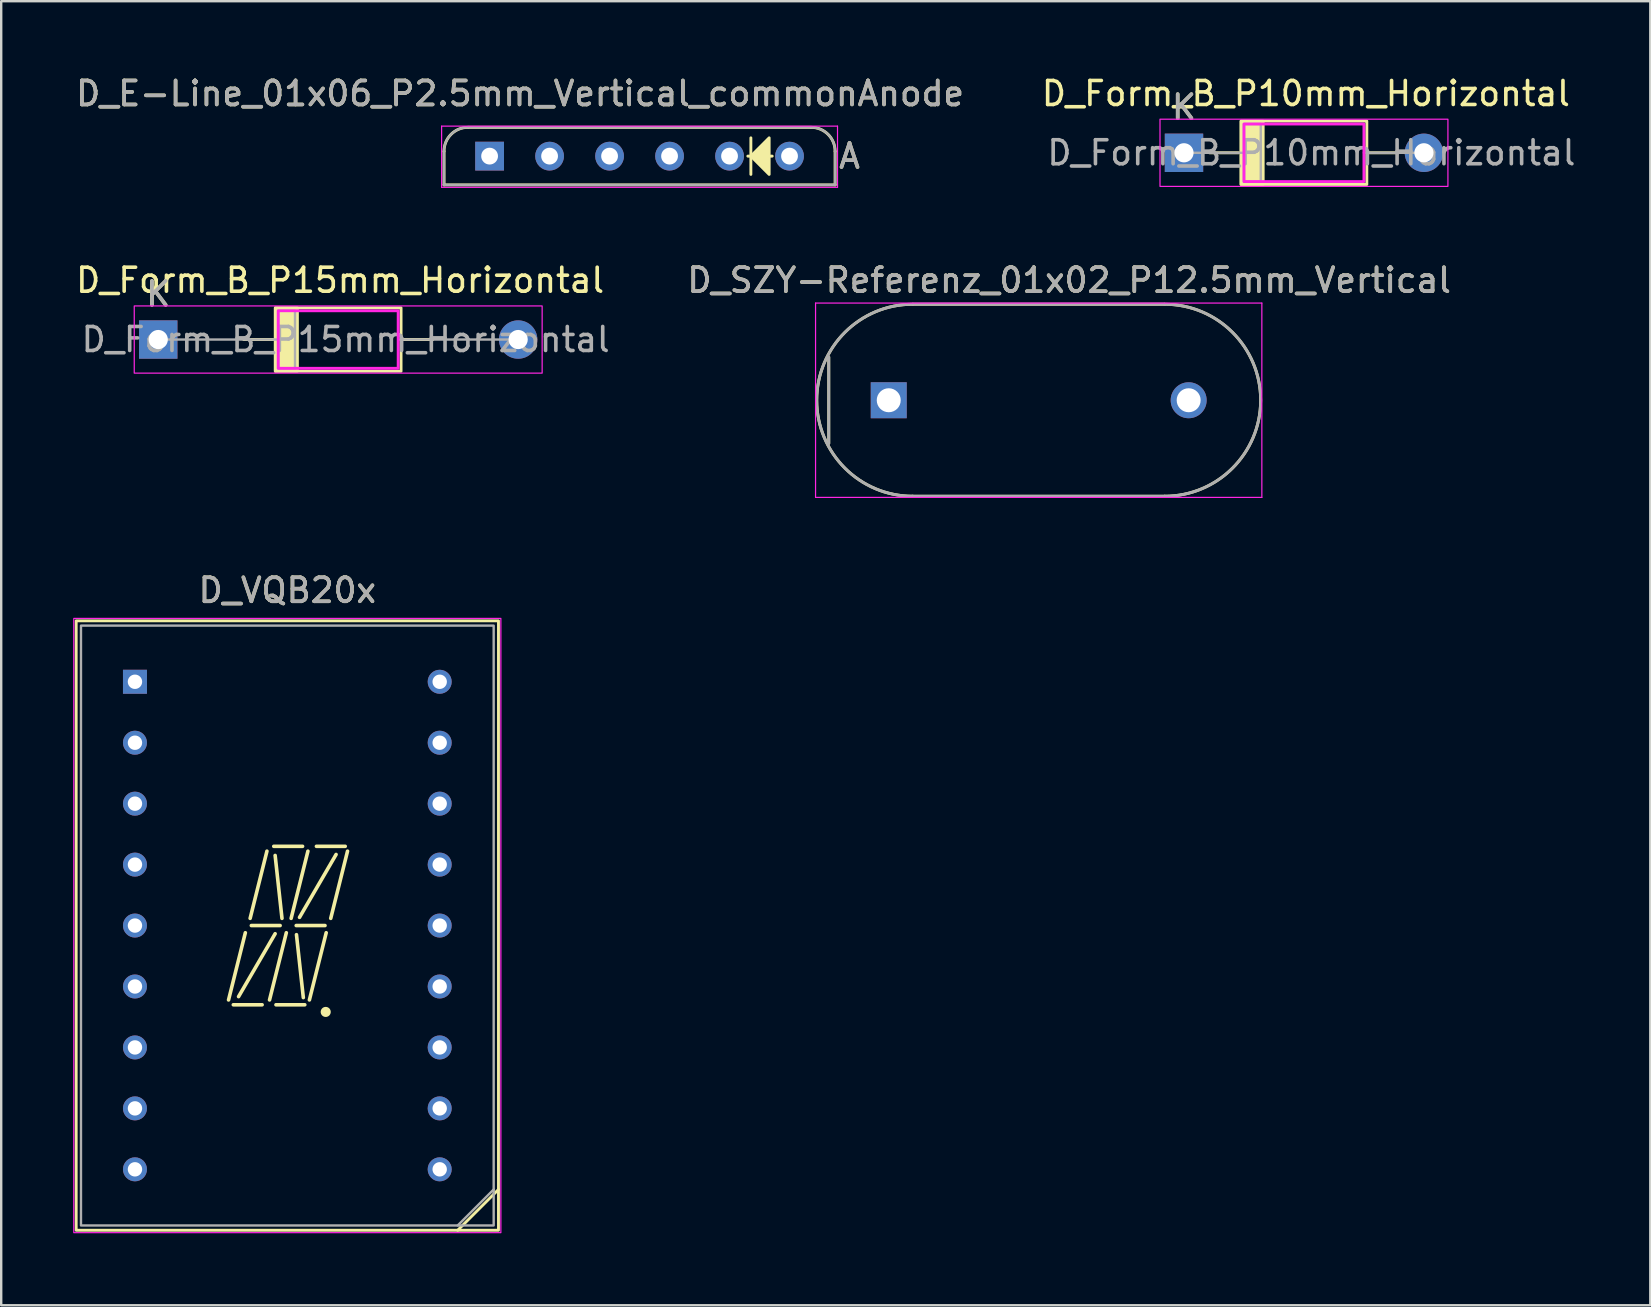
<source format=kicad_pcb>
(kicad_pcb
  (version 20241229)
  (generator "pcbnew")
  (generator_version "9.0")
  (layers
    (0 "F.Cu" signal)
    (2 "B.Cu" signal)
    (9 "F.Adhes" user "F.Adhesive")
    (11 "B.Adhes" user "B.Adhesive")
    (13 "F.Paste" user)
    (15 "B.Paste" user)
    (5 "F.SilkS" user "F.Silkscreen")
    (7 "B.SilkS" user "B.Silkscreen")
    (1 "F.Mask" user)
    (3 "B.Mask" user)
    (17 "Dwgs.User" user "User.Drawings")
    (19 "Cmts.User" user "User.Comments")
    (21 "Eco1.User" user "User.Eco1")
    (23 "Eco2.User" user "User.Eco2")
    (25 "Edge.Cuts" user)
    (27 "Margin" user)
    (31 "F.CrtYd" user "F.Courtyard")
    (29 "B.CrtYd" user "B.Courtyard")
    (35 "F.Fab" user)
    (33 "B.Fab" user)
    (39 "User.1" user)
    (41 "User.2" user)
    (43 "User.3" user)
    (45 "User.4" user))
  (footprint "D_VQB20x"
    (layer "F.Cu")
    (at 8.925 35.524)
    (property "Reference" "D_VQB20x" (at 0 -13.97 180) (layer "F.SilkS") (effects (font (size 1 1) (thickness 0.15))))
    (attr through_hole)
    (fp_line (start -2.45 3.1) (end -1.75 0.3) (stroke (width 0.15) (type solid)) (layer "F.SilkS"))
    (fp_line (start -2.251 3.302) (end -1.051 3.302) (stroke (width 0.15) (type solid)) (layer "F.SilkS"))
    (fp_line (start -2.032 2.962) (end -0.508 0.341) (stroke (width 0.15) (type solid)) (layer "F.SilkS"))
    (fp_line (start -1.55 -0.3) (end -0.85 -3.1) (stroke (width 0.15) (type solid)) (layer "F.SilkS"))
    (fp_line (start -1.5 0) (end -0.3 0) (stroke (width 0.15) (type solid)) (layer "F.SilkS"))
    (fp_line (start -0.742 3.1) (end -0.042 0.3) (stroke (width 0.15) (type solid)) (layer "F.SilkS"))
    (fp_line (start -0.565 -3.302) (end 0.635 -3.302) (stroke (width 0.15) (type solid)) (layer "F.SilkS"))
    (fp_line (start -0.473 3.302) (end 0.727 3.302) (stroke (width 0.15) (type solid)) (layer "F.SilkS"))
    (fp_line (start -0.223 -0.3) (end -0.508 -2.921) (stroke (width 0.15) (type solid)) (layer "F.SilkS"))
    (fp_line (start 0.158 -0.3) (end 0.858 -3.1) (stroke (width 0.15) (type solid)) (layer "F.SilkS"))
    (fp_line (start 0.37 0) (end 1.57 0) (stroke (width 0.15) (type solid)) (layer "F.SilkS"))
    (fp_line (start 0.508 -0.341) (end 2.032 -2.962) (stroke (width 0.15) (type solid)) (layer "F.SilkS"))
    (fp_line (start 0.666 3.002) (end 0.381 0.381) (stroke (width 0.15) (type solid)) (layer "F.SilkS"))
    (fp_line (start 0.92 3.1) (end 1.62 0.3) (stroke (width 0.15) (type solid)) (layer "F.SilkS"))
    (fp_line (start 1.213 -3.302) (end 2.413 -3.302) (stroke (width 0.15) (type solid)) (layer "F.SilkS"))
    (fp_line (start 1.809 -0.3) (end 2.509 -3.1) (stroke (width 0.15) (type solid)) (layer "F.SilkS"))
    (fp_line (start 7.1 12.7) (end 8.8 11) (stroke (width 0.12) (type solid)) (layer "F.SilkS"))
    (fp_rect (start -8.8 -12.7) (end 8.8 12.7) (stroke (width 0.12) (type solid)) (fill no) (layer "F.SilkS"))
    (fp_circle (center 1.6 3.6) (end 1.75 3.6) (stroke (width 0.12) (type solid)) (fill yes) (layer "F.SilkS"))
    (fp_rect (start -8.9 -12.8) (end 8.9 12.8) (stroke (width 0.05) (type solid)) (fill no) (layer "F.CrtYd"))
    (fp_line (start 7.1 12.5) (end 8.6 11) (stroke (width 0.1) (type solid)) (layer "F.Fab"))
    (fp_rect (start -8.6 -12.5) (end 8.6 12.5) (stroke (width 0.1) (type solid)) (fill no) (layer "F.Fab"))
    (fp_text user "${REFERENCE}" (at 0 -13.97 180) (layer "F.Fab") (effects (font (size 1 1) (thickness 0.15))))
    (pad "1" thru_hole rect (at -6.35 -10.16) (size 1 1) (drill 0.6) (layers "*.Cu" "*.Mask"))
    (pad "2" thru_hole circle (at -6.35 -7.62) (size 1 1) (drill 0.6) (layers "*.Cu" "*.Mask"))
    (pad "3" thru_hole circle (at -6.35 -5.08) (size 1 1) (drill 0.6) (layers "*.Cu" "*.Mask"))
    (pad "4" thru_hole circle (at -6.35 -2.54) (size 1 1) (drill 0.6) (layers "*.Cu" "*.Mask"))
    (pad "5" thru_hole circle (at -6.35 0) (size 1 1) (drill 0.6) (layers "*.Cu" "*.Mask"))
    (pad "6" thru_hole circle (at -6.35 2.54) (size 1 1) (drill 0.6) (layers "*.Cu" "*.Mask"))
    (pad "7" thru_hole circle (at -6.35 5.08) (size 1 1) (drill 0.6) (layers "*.Cu" "*.Mask"))
    (pad "8" thru_hole circle (at -6.35 7.62) (size 1 1) (drill 0.6) (layers "*.Cu" "*.Mask"))
    (pad "9" thru_hole circle (at -6.35 10.16) (size 1 1) (drill 0.6) (layers "*.Cu" "*.Mask"))
    (pad "10" thru_hole circle (at 6.35 10.16) (size 1 1) (drill 0.6) (layers "*.Cu" "*.Mask"))
    (pad "11" thru_hole circle (at 6.35 7.62) (size 1 1) (drill 0.6) (layers "*.Cu" "*.Mask"))
    (pad "12" thru_hole circle (at 6.35 5.08) (size 1 1) (drill 0.6) (layers "*.Cu" "*.Mask"))
    (pad "13" thru_hole circle (at 6.35 2.54) (size 1 1) (drill 0.6) (layers "*.Cu" "*.Mask"))
    (pad "14" thru_hole circle (at 6.35 0) (size 1 1) (drill 0.6) (layers "*.Cu" "*.Mask"))
    (pad "15" thru_hole circle (at 6.35 -2.54) (size 1 1) (drill 0.6) (layers "*.Cu" "*.Mask"))
    (pad "16" thru_hole circle (at 6.35 -5.08) (size 1 1) (drill 0.6) (layers "*.Cu" "*.Mask"))
    (pad "17" thru_hole circle (at 6.35 -7.62) (size 1 1) (drill 0.6) (layers "*.Cu" "*.Mask"))
    (pad "18" thru_hole circle (at 6.35 -10.16) (size 1 1) (drill 0.6) (layers "*.Cu" "*.Mask")))
  (footprint "D_Form_B_P10mm_Horizontal"
    (layer "F.Cu")
    (at 46.295 3.318)
    (property "Reference" "D_Form_B_P10mm_Horizontal" (at 5.08 -2.47 0) (layer "F.SilkS") (effects (font (size 1 1) (thickness 0.15))))
    (attr through_hole)
    (fp_line (start 1.06 0) (end 2.28 0) (stroke (width 0.12) (type solid)) (layer "F.SilkS"))
    (fp_line (start 8.94 0) (end 7.72 0) (stroke (width 0.12) (type solid)) (layer "F.SilkS"))
    (fp_rect (start 3.3 -1.32) (end 2.38 1.32) (stroke (width 0.12) (type solid)) (fill yes) (layer "F.SilkS"))
    (fp_rect (start 7.62 -1.32) (end 2.38 1.32) (stroke (width 0.12) (type solid)) (fill no) (layer "F.SilkS"))
    (fp_rect (start 7.5 -1.2) (end 2.5 1.2) (stroke (width 0.12) (type solid)) (fill no) (layer "F.CrtYd"))
    (fp_rect (start 11 1.4) (end -1 -1.4) (stroke (width 0.05) (type solid)) (fill no) (layer "F.CrtYd"))
    (fp_line (start -0.08 0) (end 2.5 0) (stroke (width 0.1) (type solid)) (layer "F.Fab"))
    (fp_line (start 10 0) (end 7.5 0) (stroke (width 0.1) (type solid)) (layer "F.Fab"))
    (fp_rect (start 3.2 -1.2) (end 2.5 1.2) (stroke (width 0.1) (type solid)) (fill no) (layer "F.Fab"))
    (fp_text user "K" (at 0 -1.9 0) (layer "F.SilkS") (effects (font (size 1 1) (thickness 0.15))))
    (fp_text user "K" (at 0 -1.9 0) (layer "F.Fab") (effects (font (size 1 1) (thickness 0.15))))
    (fp_text user "${REFERENCE}" (at 5.31 0 0) (layer "F.Fab") (effects (font (size 1 1) (thickness 0.15))))
    (pad "1" thru_hole rect (at 0 0) (size 1.6 1.6) (drill 0.8) (layers "*.Cu" "*.Mask"))
    (pad "2" thru_hole oval (at 10 0) (size 1.6 1.6) (drill 0.8) (layers "*.Cu" "*.Mask")))
  (footprint "D_E-Line_01x06_P2.5mm_Vertical_commonAnode"
    (layer "F.Cu")
    (at 17.355 3.457)
    (property "Reference" "D_E-Line_01x06_P2.5mm_Vertical_commonAnode" (at 1.27 -2.609 0) (layer "F.SilkS") (effects (font (size 1 1) (thickness 0.15))))
    (attr through_hole)
    (fp_line (start -1.9 -0.2) (end -1.9 1.2) (stroke (width 0.12) (type solid)) (layer "F.SilkS"))
    (fp_line (start -1.9 1.2) (end 14.4 1.2) (stroke (width 0.12) (type solid)) (layer "F.SilkS"))
    (fp_line (start 10.762 0) (end 11.778 0) (stroke (width 0.12) (type solid)) (layer "F.SilkS"))
    (fp_line (start 10.889 -0.762) (end 10.889 0.762) (stroke (width 0.12) (type solid)) (layer "F.SilkS"))
    (fp_line (start 13.4 -1.2) (end -0.9 -1.2) (stroke (width 0.12) (type solid)) (layer "F.SilkS"))
    (fp_line (start 14.4 1.2) (end 14.4 -0.2) (stroke (width 0.12) (type solid)) (layer "F.SilkS"))
    (fp_arc (start -1.9 -0.2) (mid -1.607107 -0.907107) (end -0.9 -1.2) (stroke (width 0.12) (type solid)) (layer "F.SilkS"))
    (fp_arc (start 13.4 -1.2) (mid 14.107107 -0.907107) (end 14.4 -0.2) (stroke (width 0.12) (type solid)) (layer "F.SilkS"))
    (fp_poly (pts (xy 11.651 0.762) (xy 10.889 0) (xy 11.651 -0.762)) (stroke (width 0.12) (type solid)) (fill yes) (layer "F.SilkS"))
    (fp_line (start -2 -1.25) (end -2 1.3) (stroke (width 0.05) (type solid)) (layer "F.CrtYd"))
    (fp_line (start -2 1.3) (end 14.5 1.3) (stroke (width 0.05) (type solid)) (layer "F.CrtYd"))
    (fp_line (start 14.5 -1.25) (end -2 -1.25) (stroke (width 0.05) (type solid)) (layer "F.CrtYd"))
    (fp_line (start 14.5 1.3) (end 14.5 -1.25) (stroke (width 0.05) (type solid)) (layer "F.CrtYd"))
    (fp_line (start -1.9 -0.2) (end -1.9 1.2) (stroke (width 0.1) (type solid)) (layer "F.Fab"))
    (fp_line (start -1.9 1.2) (end 14.4 1.2) (stroke (width 0.1) (type solid)) (layer "F.Fab"))
    (fp_line (start 13.4 -1.2) (end -0.9 -1.2) (stroke (width 0.1) (type solid)) (layer "F.Fab"))
    (fp_line (start 14.4 1.2) (end 14.4 -0.2) (stroke (width 0.1) (type solid)) (layer "F.Fab"))
    (fp_arc (start -1.9 -0.2) (mid -1.607107 -0.907107) (end -0.9 -1.2) (stroke (width 0.1) (type solid)) (layer "F.Fab"))
    (fp_arc (start 13.4 -1.2) (mid 14.107107 -0.907107) (end 14.4 -0.2) (stroke (width 0.1) (type solid)) (layer "F.Fab"))
    (fp_text user "A" (at 15 0 0) (layer "F.SilkS") (effects (font (size 1 1) (thickness 0.15))))
    (fp_text user "A" (at 15 0 0) (layer "F.Fab") (effects (font (size 1 1) (thickness 0.15))))
    (fp_text user "${REFERENCE}" (at 1.27 -2.609 0) (layer "F.Fab") (effects (font (size 1 1) (thickness 0.15))))
    (pad "1" thru_hole rect (at 0 0) (size 1.2 1.2) (drill 0.7) (layers "*.Cu" "*.Mask"))
    (pad "2" thru_hole oval (at 2.5 0) (size 1.2 1.2) (drill 0.7) (layers "*.Cu" "*.Mask"))
    (pad "3" thru_hole oval (at 5 0) (size 1.2 1.2) (drill 0.7) (layers "*.Cu" "*.Mask"))
    (pad "4" thru_hole oval (at 7.5 0) (size 1.2 1.2) (drill 0.7) (layers "*.Cu" "*.Mask"))
    (pad "5" thru_hole oval (at 10 0) (size 1.2 1.2) (drill 0.7) (layers "*.Cu" "*.Mask"))
    (pad "6" thru_hole oval (at 12.5 0) (size 1.2 1.2) (drill 0.7) (layers "*.Cu" "*.Mask")))
  (footprint "D_Form_B_P15mm_Horizontal"
    (layer "F.Cu")
    (at 3.545 11.101)
    (property "Reference" "D_Form_B_P15mm_Horizontal" (at 7.58 -2.47 0) (layer "F.SilkS") (effects (font (size 1 1) (thickness 0.15))))
    (attr through_hole)
    (fp_line (start 3.56 0) (end 4.78 0) (stroke (width 0.12) (type solid)) (layer "F.SilkS"))
    (fp_line (start 11.44 0) (end 10.22 0) (stroke (width 0.12) (type solid)) (layer "F.SilkS"))
    (fp_rect (start 5.8 -1.32) (end 4.88 1.32) (stroke (width 0.12) (type solid)) (fill yes) (layer "F.SilkS"))
    (fp_rect (start 10.12 -1.32) (end 4.88 1.32) (stroke (width 0.12) (type solid)) (fill no) (layer "F.SilkS"))
    (fp_rect (start 10 -1.2) (end 5 1.2) (stroke (width 0.12) (type solid)) (fill no) (layer "F.CrtYd"))
    (fp_rect (start 16 1.4) (end -1 -1.4) (stroke (width 0.05) (type solid)) (fill no) (layer "F.CrtYd"))
    (fp_line (start 0 0) (end 5 0) (stroke (width 0.1) (type solid)) (layer "F.Fab"))
    (fp_line (start 15 0) (end 10 0) (stroke (width 0.1) (type solid)) (layer "F.Fab"))
    (fp_rect (start 5.7 -1.2) (end 5 1.2) (stroke (width 0.1) (type solid)) (fill no) (layer "F.Fab"))
    (fp_text user "K" (at 0 -1.9 0) (layer "F.SilkS") (effects (font (size 1 1) (thickness 0.15))))
    (fp_text user "K" (at 0 -1.9 0) (layer "F.Fab") (effects (font (size 1 1) (thickness 0.15))))
    (fp_text user "${REFERENCE}" (at 7.81 0 0) (layer "F.Fab") (effects (font (size 1 1) (thickness 0.15))))
    (pad "1" thru_hole rect (at 0 0) (size 1.6 1.6) (drill 0.8) (layers "*.Cu" "*.Mask"))
    (pad "2" thru_hole oval (at 15 0) (size 1.6 1.6) (drill 0.8) (layers "*.Cu" "*.Mask")))
  (footprint "D_SZY-Referenz_01x02_P12.5mm_Vertical"
    (layer "F.Cu")
    (at 40.24 13.631)
    (property "Reference" "D_SZY-Referenz_01x02_P12.5mm_Vertical" (at 1.27 -5 0) (layer "F.SilkS") (effects (font (size 1 1) (thickness 0.15))))
    (attr through_hole)
    (fp_line (start -8.75 -1.8) (end -8.75 1.8) (stroke (width 0.12) (type solid)) (layer "F.SilkS"))
    (fp_line (start 5.25 -4) (end -5.25 -4) (stroke (width 0.12) (type solid)) (layer "F.SilkS"))
    (fp_line (start 5.25 4) (end -5.25 4) (stroke (width 0.12) (type solid)) (layer "F.SilkS"))
    (fp_arc (start -5.25 4) (mid -9.25 0) (end -5.25 -4) (stroke (width 0.12) (type solid)) (layer "F.SilkS"))
    (fp_arc (start 5.25 -4) (mid 9.25 0) (end 5.25 4) (stroke (width 0.12) (type solid)) (layer "F.SilkS"))
    (fp_line (start -9.3 -4.05) (end -9.3 4.05) (stroke (width 0.05) (type solid)) (layer "F.CrtYd"))
    (fp_line (start -9.3 4.05) (end 9.3 4.05) (stroke (width 0.05) (type solid)) (layer "F.CrtYd"))
    (fp_line (start 9.3 -4.05) (end -9.3 -4.05) (stroke (width 0.05) (type solid)) (layer "F.CrtYd"))
    (fp_line (start 9.3 4.05) (end 9.3 -4.05) (stroke (width 0.05) (type solid)) (layer "F.CrtYd"))
    (fp_line (start -8.75 -1.8) (end -8.75 1.8) (stroke (width 0.12) (type solid)) (layer "F.Fab"))
    (fp_line (start 5.25 -4) (end -5.25 -4) (stroke (width 0.12) (type solid)) (layer "F.Fab"))
    (fp_line (start 5.25 4) (end -5.25 4) (stroke (width 0.12) (type solid)) (layer "F.Fab"))
    (fp_arc (start -5.25 4) (mid -9.25 0) (end -5.25 -4) (stroke (width 0.12) (type solid)) (layer "F.Fab"))
    (fp_arc (start 5.25 -4) (mid 9.25 0) (end 5.25 4) (stroke (width 0.12) (type solid)) (layer "F.Fab"))
    (fp_text user "${REFERENCE}" (at 1.27 -5 0) (layer "F.Fab") (effects (font (size 1 1) (thickness 0.15))))
    (pad "1" thru_hole rect (at -6.25 0) (size 1.5 1.5) (drill 1) (layers "*.Cu" "*.Mask"))
    (pad "2" thru_hole oval (at 6.25 0) (size 1.5 1.5) (drill 1) (layers "*.Cu" "*.Mask")))
  (gr_rect
    (start -3 -3)
    (end 65.73 51.349)
    (stroke (width 0.1) (type default))
    (fill no)
    (layer "Edge.Cuts")))
</source>
